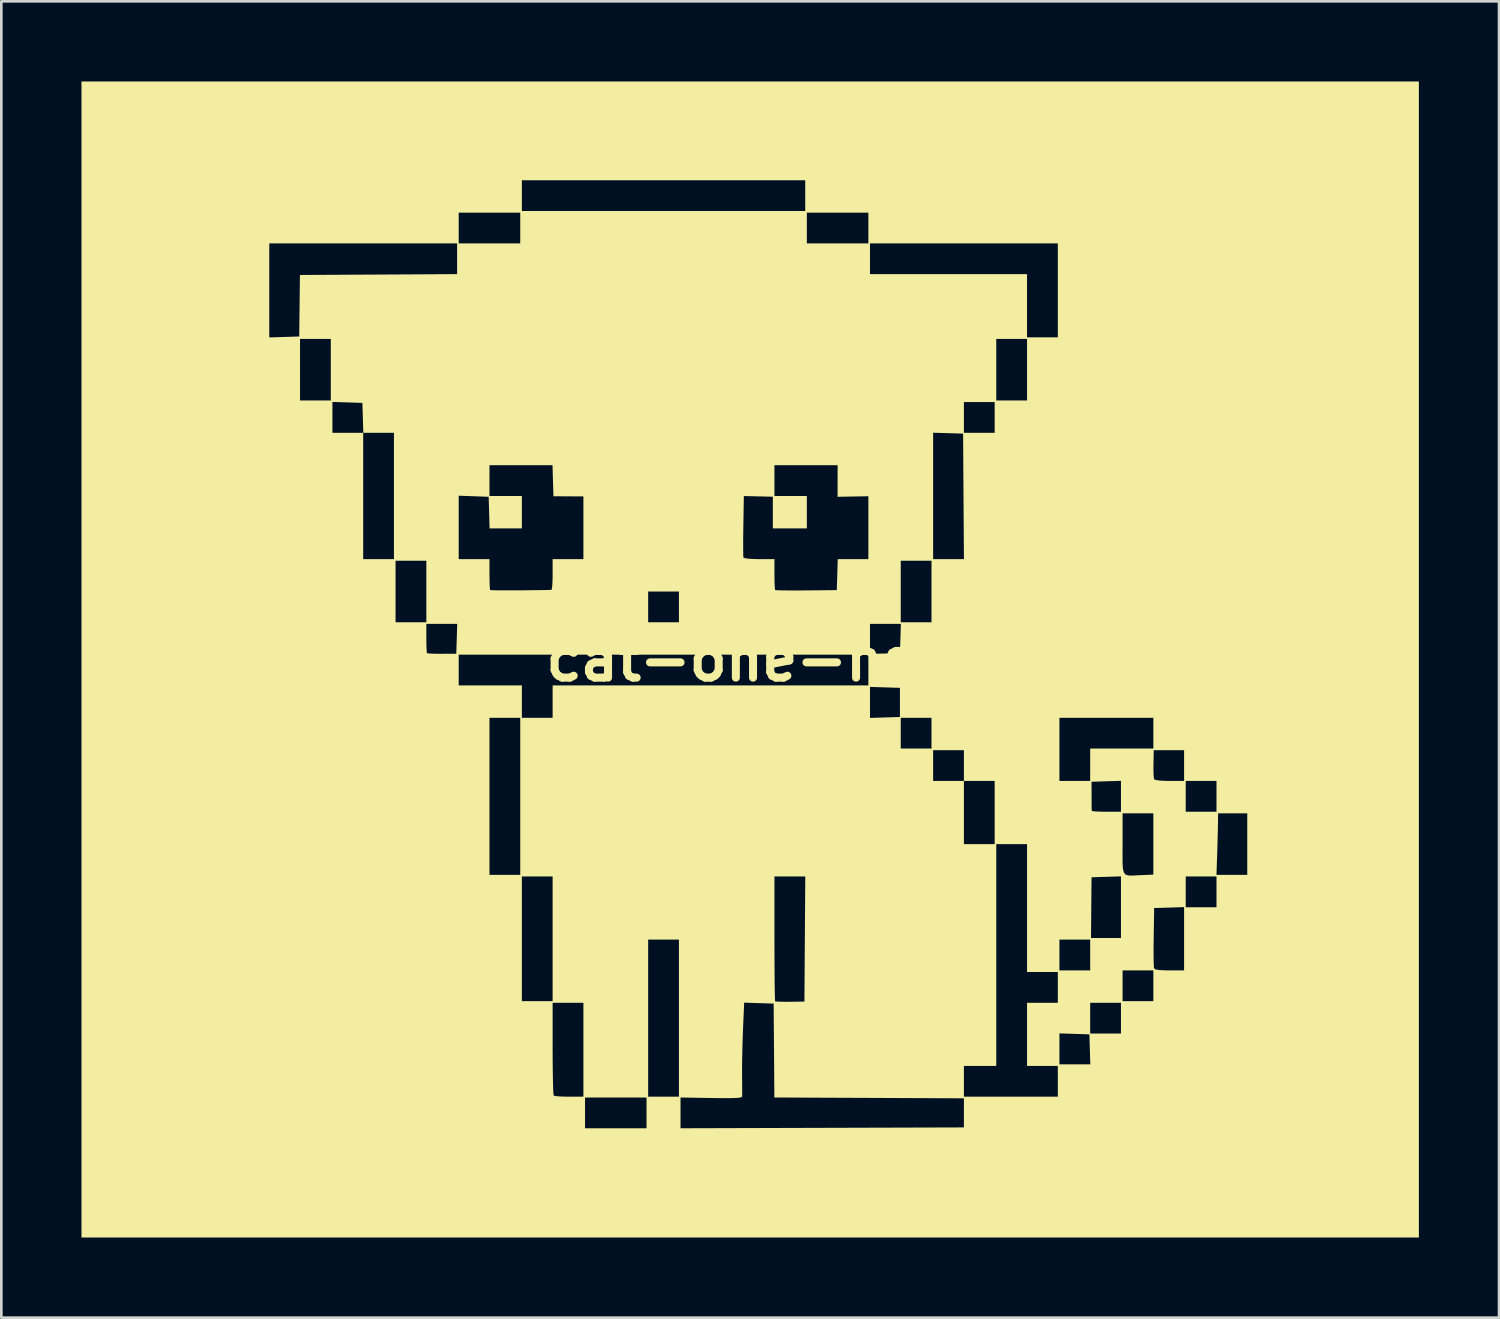
<source format=kicad_pcb>
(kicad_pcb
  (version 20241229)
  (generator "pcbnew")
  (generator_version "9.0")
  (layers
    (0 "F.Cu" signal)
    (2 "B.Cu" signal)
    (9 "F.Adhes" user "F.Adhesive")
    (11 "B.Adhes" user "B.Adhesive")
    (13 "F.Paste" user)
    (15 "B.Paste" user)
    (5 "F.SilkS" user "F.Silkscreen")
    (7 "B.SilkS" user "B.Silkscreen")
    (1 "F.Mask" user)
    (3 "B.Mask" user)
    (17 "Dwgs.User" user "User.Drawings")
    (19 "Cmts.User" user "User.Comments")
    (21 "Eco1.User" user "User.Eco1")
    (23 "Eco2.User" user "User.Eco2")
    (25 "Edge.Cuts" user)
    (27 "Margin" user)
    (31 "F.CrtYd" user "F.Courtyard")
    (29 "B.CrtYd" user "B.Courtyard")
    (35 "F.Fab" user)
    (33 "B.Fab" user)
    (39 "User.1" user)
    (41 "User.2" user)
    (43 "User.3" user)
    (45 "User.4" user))
  (footprint "cat-one-neg"
    (layer "F.Cu")
    (at 25.036 21.642)
    (property "Reference" "cat-one-neg" (at 0 0 0) (layer "F.SilkS") (effects (font (size 1.5 1.5) (thickness 0.3))))
    (attr board_only exclude_from_pos_files exclude_from_bom)
    (fp_poly (pts (xy 25.036 0) (xy 25.036 21.642) (xy 0 21.642) (xy -25.036 21.642) (xy -25.036 16.398) (xy -6.183 16.398) (xy -6.183 16.974) (xy -6.183 17.55) (xy -5.032 17.55) (xy -3.88 17.55) (xy -3.88 16.974) (xy -3.88 16.398) (xy -2.607 16.398) (xy -2.607 16.974) (xy -2.607 17.55) (xy 2.698 17.534) (xy 8.002 17.518) (xy 8.002 16.974) (xy 8.002 16.429) (xy 4.454 16.413) (xy 0.907 16.398) (xy 0.906 16.368) (xy 8.002 16.368) (xy 9.76 16.368) (xy 11.518 16.368) (xy 11.518 15.792) (xy 11.518 15.216) (xy 10.942 15.216) (xy 10.366 15.216) (xy 10.366 14.034) (xy 10.366 13.998) (xy 11.579 13.998) (xy 11.579 14.577) (xy 11.579 15.155) (xy 12.157 15.155) (xy 12.735 15.155) (xy 12.717 14.594) (xy 12.7 14.034) (xy 12.139 14.016) (xy 11.579 13.998) (xy 10.366 13.998) (xy 10.366 12.852) (xy 10.942 12.852) (xy 11.518 12.852) (xy 12.73 12.852) (xy 12.73 13.427) (xy 12.73 14.003) (xy 13.306 14.003) (xy 13.882 14.003) (xy 13.882 13.427) (xy 13.882 12.852) (xy 13.306 12.852) (xy 12.73 12.852) (xy 11.518 12.852) (xy 11.518 12.276) (xy 11.518 11.7) (xy 10.942 11.7) (xy 10.366 11.7) (xy 10.366 10.487) (xy 11.579 10.487) (xy 11.579 11.063) (xy 11.579 11.639) (xy 12.154 11.639) (xy 12.73 11.639) (xy 13.943 11.639) (xy 13.943 12.215) (xy 13.943 12.791) (xy 14.519 12.791) (xy 15.095 12.791) (xy 15.095 12.215) (xy 15.095 11.639) (xy 14.519 11.639) (xy 13.943 11.639) (xy 12.73 11.639) (xy 12.73 11.065) (xy 15.104 11.065) (xy 15.107 11.32) (xy 15.114 11.493) (xy 15.121 11.561) (xy 15.182 11.603) (xy 15.333 11.628) (xy 15.589 11.638) (xy 15.699 11.639) (xy 16.246 11.639) (xy 16.246 10.455) (xy 16.246 9.27) (xy 15.686 9.288) (xy 15.125 9.305) (xy 15.108 10.394) (xy 15.104 10.749) (xy 15.104 11.065) (xy 12.73 11.065) (xy 12.73 11.063) (xy 12.73 10.487) (xy 12.154 10.487) (xy 11.579 10.487) (xy 10.366 10.487) (xy 10.366 10.427) (xy 12.761 10.427) (xy 13.321 10.427) (xy 13.882 10.427) (xy 13.882 9.273) (xy 13.882 8.123) (xy 16.307 8.123) (xy 16.307 8.699) (xy 16.307 9.275) (xy 16.883 9.275) (xy 17.459 9.275) (xy 17.459 8.699) (xy 17.459 8.123) (xy 16.883 8.123) (xy 16.307 8.123) (xy 13.882 8.123) (xy 13.882 8.119) (xy 13.332 8.136) (xy 12.781 8.153) (xy 12.771 9.29) (xy 12.761 10.427) (xy 10.366 10.427) (xy 10.366 9.305) (xy 10.366 7.317) (xy 13.941 7.317) (xy 13.943 7.621) (xy 13.956 7.835) (xy 13.991 7.973) (xy 14.054 8.052) (xy 14.156 8.085) (xy 14.305 8.089) (xy 14.509 8.078) (xy 14.616 8.073) (xy 14.871 8.063) (xy 17.458 8.063) (xy 18.034 8.063) (xy 18.611 8.063) (xy 18.611 6.911) (xy 18.611 5.759) (xy 18.065 5.759) (xy 17.519 5.759) (xy 17.514 6.168) (xy 17.509 6.399) (xy 17.501 6.707) (xy 17.492 7.048) (xy 17.483 7.32) (xy 17.458 8.063) (xy 14.871 8.063) (xy 15.095 8.053) (xy 15.095 6.906) (xy 15.095 5.759) (xy 14.519 5.759) (xy 13.943 5.759) (xy 13.943 6.906) (xy 13.941 7.317) (xy 10.366 7.317) (xy 10.366 6.911) (xy 9.79 6.911) (xy 9.214 6.911) (xy 9.214 11.063) (xy 9.214 15.216) (xy 8.608 15.216) (xy 8.002 15.216) (xy 8.002 15.792) (xy 8.002 16.368) (xy 0.906 16.368) (xy 0.893 14.64) (xy 0.879 12.882) (xy 0.327 12.865) (xy -0.225 12.847) (xy -0.267 13.834) (xy -0.282 14.244) (xy -0.294 14.682) (xy -0.302 15.104) (xy -0.304 15.463) (xy -0.303 15.549) (xy -0.301 15.84) (xy -0.299 16.089) (xy -0.299 16.271) (xy -0.3 16.356) (xy -0.324 16.385) (xy -0.402 16.405) (xy -0.547 16.417) (xy -0.775 16.423) (xy -1.098 16.422) (xy -1.455 16.417) (xy -2.607 16.398) (xy -3.88 16.398) (xy -5.032 16.398) (xy -6.183 16.398) (xy -25.036 16.398) (xy -25.036 12.852) (xy -7.396 12.852) (xy -7.396 14.569) (xy -7.394 15.014) (xy -7.39 15.419) (xy -7.384 15.768) (xy -7.377 16.045) (xy -7.367 16.236) (xy -7.357 16.324) (xy -7.355 16.327) (xy -7.28 16.345) (xy -7.114 16.359) (xy -6.887 16.367) (xy -6.779 16.368) (xy -6.244 16.368) (xy -6.244 14.61) (xy -6.244 12.852) (xy -6.82 12.852) (xy -7.396 12.852) (xy -25.036 12.852) (xy -25.036 8.123) (xy -8.547 8.123) (xy -8.547 10.457) (xy -8.547 12.791) (xy -7.972 12.791) (xy -7.396 12.791) (xy -7.396 10.487) (xy -3.819 10.487) (xy -3.819 13.427) (xy -3.819 16.368) (xy -3.243 16.368) (xy -2.667 16.368) (xy -2.667 13.427) (xy -2.667 10.487) (xy -3.243 10.487) (xy -3.819 10.487) (xy -7.396 10.487) (xy -7.396 10.457) (xy -7.396 8.123) (xy 0.909 8.123) (xy 0.909 10.447) (xy 0.91 10.966) (xy 0.912 11.445) (xy 0.915 11.872) (xy 0.918 12.234) (xy 0.923 12.517) (xy 0.928 12.708) (xy 0.933 12.793) (xy 0.935 12.796) (xy 1.002 12.806) (xy 1.162 12.813) (xy 1.386 12.815) (xy 1.495 12.814) (xy 2.031 12.807) (xy 2.047 10.465) (xy 2.063 8.123) (xy 1.486 8.123) (xy 0.909 8.123) (xy -7.396 8.123) (xy -7.972 8.123) (xy -8.547 8.123) (xy -25.036 8.123) (xy -25.036 2.182) (xy -9.76 2.182) (xy -9.76 5.122) (xy -9.76 8.063) (xy -9.184 8.063) (xy -8.608 8.063) (xy -8.608 5.122) (xy -8.608 3.395) (xy 6.85 3.395) (xy 6.85 3.971) (xy 6.85 4.547) (xy 7.426 4.547) (xy 8.002 4.547) (xy 8.002 5.729) (xy 8.002 6.911) (xy 8.578 6.911) (xy 9.154 6.911) (xy 9.154 5.729) (xy 9.154 4.577) (xy 12.78 4.577) (xy 12.783 5.107) (xy 12.784 5.348) (xy 12.786 5.54) (xy 12.788 5.652) (xy 12.788 5.668) (xy 12.846 5.681) (xy 12.997 5.692) (xy 13.215 5.698) (xy 13.337 5.698) (xy 13.882 5.698) (xy 13.882 5.12) (xy 13.882 4.542) (xy 13.331 4.559) (xy 12.78 4.577) (xy 9.154 4.577) (xy 9.154 4.547) (xy 8.578 4.547) (xy 8.002 4.547) (xy 8.002 3.971) (xy 8.002 3.395) (xy 7.426 3.395) (xy 6.85 3.395) (xy -8.608 3.395) (xy -8.608 2.182) (xy -9.184 2.182) (xy -9.76 2.182) (xy -25.036 2.182) (xy -25.036 0) (xy -25.036 -0.182) (xy -10.912 -0.182) (xy -10.912 0.394) (xy -10.912 0.97) (xy -9.73 0.97) (xy -8.547 0.97) (xy -8.547 1.576) (xy -8.547 2.182) (xy -7.972 2.182) (xy -7.396 2.182) (xy -7.396 1.576) (xy -7.396 1.026) (xy 4.486 1.026) (xy 4.486 1.606) (xy 4.486 2.187) (xy 4.632 2.182) (xy 5.638 2.182) (xy 5.638 2.758) (xy 5.638 3.334) (xy 6.214 3.334) (xy 6.789 3.334) (xy 6.789 2.758) (xy 6.789 2.182) (xy 11.579 2.182) (xy 11.579 3.364) (xy 11.579 4.547) (xy 12.154 4.547) (xy 12.73 4.547) (xy 12.73 4.154) (xy 15.099 4.154) (xy 15.106 4.351) (xy 15.12 4.47) (xy 15.126 4.488) (xy 15.199 4.514) (xy 15.364 4.534) (xy 15.59 4.545) (xy 15.704 4.547) (xy 16.246 4.547) (xy 16.307 4.547) (xy 16.307 5.122) (xy 16.307 5.698) (xy 16.883 5.698) (xy 17.459 5.698) (xy 17.459 5.122) (xy 17.459 4.547) (xy 16.883 4.547) (xy 16.307 4.547) (xy 16.246 4.547) (xy 16.246 3.971) (xy 16.246 3.395) (xy 15.678 3.395) (xy 15.11 3.395) (xy 15.1 3.912) (xy 15.099 4.154) (xy 12.73 4.154) (xy 12.73 3.94) (xy 12.73 3.334) (xy 13.912 3.334) (xy 15.095 3.334) (xy 15.095 2.758) (xy 15.095 2.182) (xy 13.337 2.182) (xy 11.579 2.182) (xy 6.789 2.182) (xy 6.214 2.182) (xy 5.638 2.182) (xy 4.632 2.182) (xy 5.047 2.169) (xy 5.607 2.152) (xy 5.607 1.606) (xy 5.607 1.061) (xy 5.047 1.043) (xy 4.486 1.026) (xy -7.396 1.026) (xy -7.396 0.97) (xy -1.485 0.97) (xy 4.425 0.97) (xy 4.425 0.394) (xy 4.425 -0.182) (xy -3.243 -0.182) (xy -10.912 -0.182) (xy -25.036 -0.182) (xy -25.036 -0.212) (xy 4.486 -0.212) (xy 5.047 -0.224) (xy 5.607 -0.235) (xy 5.625 -0.784) (xy 5.642 -1.334) (xy 5.064 -1.334) (xy 4.486 -1.334) (xy 4.486 -0.773) (xy 4.486 -0.212) (xy -25.036 -0.212) (xy -25.036 -1.334) (xy -12.124 -1.334) (xy -12.124 -0.798) (xy -12.121 -0.557) (xy -12.114 -0.365) (xy -12.104 -0.254) (xy -12.099 -0.237) (xy -12.031 -0.226) (xy -11.87 -0.218) (xy -11.647 -0.215) (xy -11.538 -0.215) (xy -11.003 -0.217) (xy -10.985 -0.775) (xy -10.968 -1.334) (xy -11.546 -1.334) (xy -12.124 -1.334) (xy -25.036 -1.334) (xy -25.036 -3.698) (xy -13.276 -3.698) (xy -13.276 -2.546) (xy -13.276 -1.394) (xy -12.7 -1.394) (xy -12.124 -1.394) (xy -12.124 -2.546) (xy -3.819 -2.546) (xy -3.819 -1.97) (xy -3.819 -1.394) (xy -3.243 -1.394) (xy -2.667 -1.394) (xy -2.667 -1.97) (xy -2.667 -2.546) (xy -3.243 -2.546) (xy -3.819 -2.546) (xy -12.124 -2.546) (xy -12.124 -3.698) (xy -12.7 -3.698) (xy -13.276 -3.698) (xy -25.036 -3.698) (xy -25.036 -9.643) (xy -15.64 -9.643) (xy -15.64 -9.065) (xy -15.64 -8.487) (xy -15.064 -8.487) (xy -14.488 -8.487) (xy -14.488 -6.123) (xy -14.488 -3.758) (xy -13.912 -3.758) (xy -13.337 -3.758) (xy -10.912 -3.758) (xy -10.336 -3.758) (xy -9.76 -3.758) (xy -9.76 -3.193) (xy -9.757 -2.944) (xy -9.751 -2.745) (xy -9.741 -2.624) (xy -9.735 -2.602) (xy -9.67 -2.595) (xy -9.501 -2.591) (xy -9.248 -2.589) (xy -8.926 -2.589) (xy -8.555 -2.591) (xy -8.153 -2.595) (xy -7.737 -2.6) (xy -7.441 -2.606) (xy -7.422 -2.662) (xy -7.406 -2.814) (xy -7.397 -3.034) (xy -7.396 -3.183) (xy -7.396 -3.758) (xy -6.82 -3.758) (xy -6.244 -3.758) (xy -6.244 -4.323) (xy -0.262 -4.323) (xy -0.261 -4.066) (xy -0.258 -3.891) (xy -0.253 -3.818) (xy -0.186 -3.792) (xy -0.025 -3.771) (xy 0.207 -3.76) (xy 0.338 -3.758) (xy 0.909 -3.758) (xy 0.909 -3.193) (xy 0.912 -2.944) (xy 0.919 -2.745) (xy 0.928 -2.624) (xy 0.935 -2.602) (xy 1 -2.594) (xy 1.168 -2.589) (xy 1.418 -2.586) (xy 1.732 -2.585) (xy 2.09 -2.587) (xy 2.102 -2.587) (xy 3.243 -2.598) (xy 3.261 -3.178) (xy 3.276 -3.698) (xy 5.638 -3.698) (xy 5.638 -2.546) (xy 5.638 -1.394) (xy 6.214 -1.394) (xy 6.789 -1.394) (xy 6.789 -2.546) (xy 6.789 -3.698) (xy 6.214 -3.698) (xy 5.638 -3.698) (xy 3.276 -3.698) (xy 3.278 -3.758) (xy 3.852 -3.758) (xy 4.425 -3.758) (xy 4.425 -4.936) (xy 4.425 -6.113) (xy 3.849 -6.103) (xy 3.273 -6.092) (xy 3.273 -6.683) (xy 3.274 -7.274) (xy 2.091 -7.274) (xy 0.909 -7.274) (xy 0.909 -6.699) (xy 0.909 -6.123) (xy 1.516 -6.123) (xy 2.122 -6.123) (xy 2.122 -5.516) (xy 2.122 -4.91) (xy 1.485 -4.91) (xy 0.849 -4.91) (xy 0.849 -5.503) (xy 0.849 -6.095) (xy 0.306 -6.108) (xy -0.237 -6.12) (xy -0.255 -4.999) (xy -0.26 -4.64) (xy -0.262 -4.323) (xy -6.244 -4.323) (xy -6.244 -4.932) (xy -6.244 -6.106) (xy -6.805 -6.109) (xy -7.365 -6.113) (xy -7.383 -6.693) (xy -7.4 -7.274) (xy -8.58 -7.274) (xy -9.76 -7.274) (xy -9.76 -6.699) (xy -9.76 -6.123) (xy -9.154 -6.123) (xy -8.547 -6.123) (xy -8.547 -5.516) (xy -8.547 -4.91) (xy -9.152 -4.91) (xy -9.756 -4.91) (xy -9.773 -5.501) (xy -9.79 -6.092) (xy -10.351 -6.113) (xy -10.912 -6.133) (xy -10.912 -4.946) (xy -10.912 -3.758) (xy -13.337 -3.758) (xy -13.337 -6.123) (xy -13.337 -8.487) (xy -13.91 -8.487) (xy -14.484 -8.487) (xy -14.484 -8.491) (xy 6.85 -8.491) (xy 6.85 -6.125) (xy 6.85 -3.758) (xy 7.427 -3.758) (xy 8.003 -3.758) (xy 7.987 -6.108) (xy 7.972 -8.457) (xy 7.411 -8.474) (xy 6.85 -8.491) (xy -14.484 -8.491) (xy -14.501 -9.048) (xy -14.519 -9.608) (xy -15.079 -9.626) (xy -15.494 -9.639) (xy 8.002 -9.639) (xy 8.002 -9.063) (xy 8.002 -8.487) (xy 8.578 -8.487) (xy 9.154 -8.487) (xy 9.154 -9.063) (xy 9.154 -9.639) (xy 8.578 -9.639) (xy 8.002 -9.639) (xy -15.494 -9.639) (xy -15.64 -9.643) (xy -25.036 -9.643) (xy -25.036 -12.003) (xy -16.853 -12.003) (xy -16.853 -10.851) (xy -16.853 -9.699) (xy -16.277 -9.699) (xy -15.701 -9.699) (xy -15.701 -10.851) (xy -15.701 -12.003) (xy 9.214 -12.003) (xy 9.214 -10.851) (xy 9.214 -9.699) (xy 9.79 -9.699) (xy 10.366 -9.699) (xy 10.366 -10.851) (xy 10.366 -12.003) (xy 9.79 -12.003) (xy 9.214 -12.003) (xy -15.701 -12.003) (xy -16.277 -12.003) (xy -16.853 -12.003) (xy -25.036 -12.003) (xy -25.036 -15.579) (xy -18.004 -15.579) (xy -18.004 -13.819) (xy -18.004 -12.059) (xy -17.444 -12.076) (xy -16.883 -12.094) (xy -16.87 -13.246) (xy -16.857 -14.397) (xy -13.915 -14.413) (xy -10.972 -14.429) (xy -10.972 -15.004) (xy -10.972 -15.579) (xy -14.488 -15.579) (xy -18.004 -15.579) (xy -25.036 -15.579) (xy -25.036 -16.731) (xy -10.912 -16.731) (xy -10.912 -16.155) (xy -10.912 -15.579) (xy -9.76 -15.579) (xy -8.608 -15.579) (xy -8.608 -16.155) (xy -8.608 -16.731) (xy 2.122 -16.731) (xy 2.122 -16.155) (xy 2.122 -15.579) (xy 3.274 -15.579) (xy 4.425 -15.579) (xy 4.486 -15.579) (xy 4.486 -15.004) (xy 4.486 -14.428) (xy 7.426 -14.428) (xy 10.366 -14.428) (xy 10.366 -13.246) (xy 10.366 -12.063) (xy 10.942 -12.063) (xy 11.518 -12.063) (xy 11.518 -13.821) (xy 11.518 -15.579) (xy 8.002 -15.579) (xy 4.486 -15.579) (xy 4.425 -15.579) (xy 4.425 -16.155) (xy 4.425 -16.731) (xy 3.274 -16.731) (xy 2.122 -16.731) (xy -8.608 -16.731) (xy -9.76 -16.731) (xy -10.912 -16.731) (xy -25.036 -16.731) (xy -25.036 -17.944) (xy -8.547 -17.944) (xy -8.547 -17.368) (xy -8.547 -16.792) (xy -3.243 -16.792) (xy 2.061 -16.792) (xy 2.061 -17.368) (xy 2.061 -17.944) (xy -3.243 -17.944) (xy -8.547 -17.944) (xy -25.036 -17.944) (xy -25.036 -21.642) (xy 0 -21.642) (xy 25.036 -21.642)) (stroke (width 0) (type solid)) (fill yes) (layer "F.SilkS")))
  (gr_rect
    (start -3 -3)
    (end 53.073 46.283)
    (stroke (width 0.1) (type default))
    (fill no)
    (layer "Edge.Cuts")))
</source>
